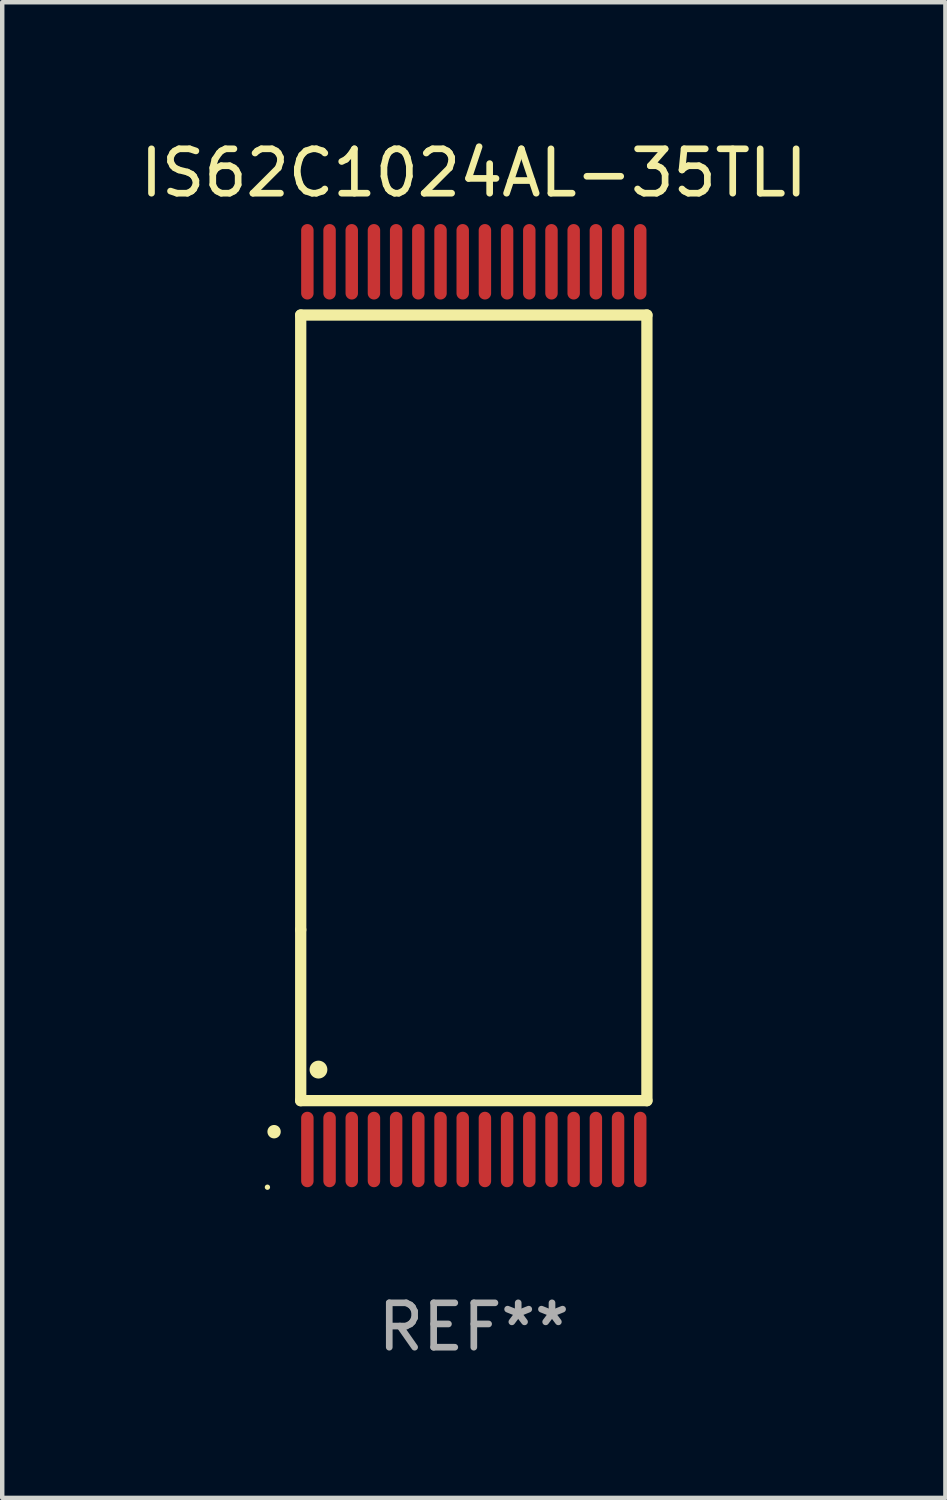
<source format=kicad_pcb>
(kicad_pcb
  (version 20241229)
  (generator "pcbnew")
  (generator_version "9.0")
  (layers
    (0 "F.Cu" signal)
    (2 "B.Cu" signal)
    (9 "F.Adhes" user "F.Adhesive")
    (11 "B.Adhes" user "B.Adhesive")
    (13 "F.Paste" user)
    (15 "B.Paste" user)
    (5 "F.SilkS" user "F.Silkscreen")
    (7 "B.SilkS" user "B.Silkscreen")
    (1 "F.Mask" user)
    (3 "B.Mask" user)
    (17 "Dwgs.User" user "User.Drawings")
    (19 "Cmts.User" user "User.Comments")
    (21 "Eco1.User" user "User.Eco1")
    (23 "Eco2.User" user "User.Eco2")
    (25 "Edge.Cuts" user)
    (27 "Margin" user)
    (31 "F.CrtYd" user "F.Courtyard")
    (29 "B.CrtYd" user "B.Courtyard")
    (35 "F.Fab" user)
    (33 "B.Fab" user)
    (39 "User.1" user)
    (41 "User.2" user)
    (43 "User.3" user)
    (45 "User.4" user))
  (footprint "IS62C1024AL-35TLI"
    (layer "F.Cu")
    (at 7.625 12.848)
    (property "Reference" "IS62C1024AL-35TLI" (at 0 -12 0) (layer "F.SilkS") (effects (font (size 1 1) (thickness 0.15))))
    (attr through_hole)
    (fp_line (start -3.9 -8.8) (end 3.9 -8.8) (stroke (width 0.254) (type solid)) (layer "F.SilkS"))
    (fp_line (start -3.9 5.05) (end -3.9 -8.8) (stroke (width 0.254) (type solid)) (layer "F.SilkS"))
    (fp_line (start -3.9 8.9) (end -3.9 5.05) (stroke (width 0.254) (type solid)) (layer "F.SilkS"))
    (fp_line (start 3.9 -8.8) (end 3.9 8.9) (stroke (width 0.254) (type solid)) (layer "F.SilkS"))
    (fp_line (start 3.9 8.9) (end -3.9 8.9) (stroke (width 0.254) (type solid)) (layer "F.SilkS"))
    (fp_arc (start -4.499949 9.600051) (mid -4.499956 9.598781) (end -4.499949 9.597511) (stroke (width 0.3) (type solid)) (layer "F.SilkS"))
    (fp_arc (start -3.499949 8.201321) (mid -3.499953 8.200051) (end -3.499949 8.198781) (stroke (width 0.4) (type solid)) (layer "F.SilkS"))
    (fp_circle (center -4.65 10.85) (end -4.62 10.85) (stroke (width 0.06) (type solid)) (fill no) (layer "F.SilkS"))
    (fp_text user "REF**" (at 0 14 0) (layer "F.Fab") (effects (font (size 1 1) (thickness 0.15))))
    (pad "1" smd oval (at -3.75 10 180) (size 0.28 1.7) (layers "F.Cu" "F.Mask" "F.Paste"))
    (pad "2" smd oval (at -3.25 10 180) (size 0.28 1.7) (layers "F.Cu" "F.Mask" "F.Paste"))
    (pad "3" smd oval (at -2.75 10 180) (size 0.28 1.7) (layers "F.Cu" "F.Mask" "F.Paste"))
    (pad "4" smd oval (at -2.25 10 180) (size 0.28 1.7) (layers "F.Cu" "F.Mask" "F.Paste"))
    (pad "5" smd oval (at -1.75 10 180) (size 0.28 1.7) (layers "F.Cu" "F.Mask" "F.Paste"))
    (pad "6" smd oval (at -1.25 10 180) (size 0.28 1.7) (layers "F.Cu" "F.Mask" "F.Paste"))
    (pad "7" smd oval (at -0.75 10 180) (size 0.28 1.7) (layers "F.Cu" "F.Mask" "F.Paste"))
    (pad "8" smd oval (at -0.25 10 180) (size 0.28 1.7) (layers "F.Cu" "F.Mask" "F.Paste"))
    (pad "9" smd oval (at 0.25 10 180) (size 0.28 1.7) (layers "F.Cu" "F.Mask" "F.Paste"))
    (pad "10" smd oval (at 0.75 10 180) (size 0.28 1.7) (layers "F.Cu" "F.Mask" "F.Paste"))
    (pad "11" smd oval (at 1.25 10 180) (size 0.28 1.7) (layers "F.Cu" "F.Mask" "F.Paste"))
    (pad "12" smd oval (at 1.75 10 180) (size 0.28 1.7) (layers "F.Cu" "F.Mask" "F.Paste"))
    (pad "13" smd oval (at 2.25 10 180) (size 0.28 1.7) (layers "F.Cu" "F.Mask" "F.Paste"))
    (pad "14" smd oval (at 2.75 10 180) (size 0.28 1.7) (layers "F.Cu" "F.Mask" "F.Paste"))
    (pad "15" smd oval (at 3.25 10 180) (size 0.28 1.7) (layers "F.Cu" "F.Mask" "F.Paste"))
    (pad "16" smd oval (at 3.75 10 180) (size 0.28 1.7) (layers "F.Cu" "F.Mask" "F.Paste"))
    (pad "17" smd oval (at 3.75 -10 180) (size 0.28 1.7) (layers "F.Cu" "F.Mask" "F.Paste"))
    (pad "18" smd oval (at 3.25 -10 180) (size 0.28 1.7) (layers "F.Cu" "F.Mask" "F.Paste"))
    (pad "19" smd oval (at 2.75 -10 180) (size 0.28 1.7) (layers "F.Cu" "F.Mask" "F.Paste"))
    (pad "20" smd oval (at 2.25 -10 180) (size 0.28 1.7) (layers "F.Cu" "F.Mask" "F.Paste"))
    (pad "21" smd oval (at 1.75 -10 180) (size 0.28 1.7) (layers "F.Cu" "F.Mask" "F.Paste"))
    (pad "22" smd oval (at 1.25 -10 180) (size 0.28 1.7) (layers "F.Cu" "F.Mask" "F.Paste"))
    (pad "23" smd oval (at 0.75 -10 180) (size 0.28 1.7) (layers "F.Cu" "F.Mask" "F.Paste"))
    (pad "24" smd oval (at 0.25 -10 180) (size 0.28 1.7) (layers "F.Cu" "F.Mask" "F.Paste"))
    (pad "25" smd oval (at -0.25 -10 180) (size 0.28 1.7) (layers "F.Cu" "F.Mask" "F.Paste"))
    (pad "26" smd oval (at -0.75 -10 180) (size 0.28 1.7) (layers "F.Cu" "F.Mask" "F.Paste"))
    (pad "27" smd oval (at -1.25 -10 180) (size 0.28 1.7) (layers "F.Cu" "F.Mask" "F.Paste"))
    (pad "28" smd oval (at -1.75 -10 180) (size 0.28 1.7) (layers "F.Cu" "F.Mask" "F.Paste"))
    (pad "29" smd oval (at -2.25 -10 180) (size 0.28 1.7) (layers "F.Cu" "F.Mask" "F.Paste"))
    (pad "30" smd oval (at -2.75 -10 180) (size 0.28 1.7) (layers "F.Cu" "F.Mask" "F.Paste"))
    (pad "31" smd oval (at -3.25 -10 180) (size 0.28 1.7) (layers "F.Cu" "F.Mask" "F.Paste"))
    (pad "32" smd oval (at -3.75 -10 180) (size 0.28 1.7) (layers "F.Cu" "F.Mask" "F.Paste")))
  (gr_rect
    (start -3 -3)
    (end 18.25 30.697)
    (stroke (width 0.1) (type default))
    (fill no)
    (layer "Edge.Cuts")))
</source>
